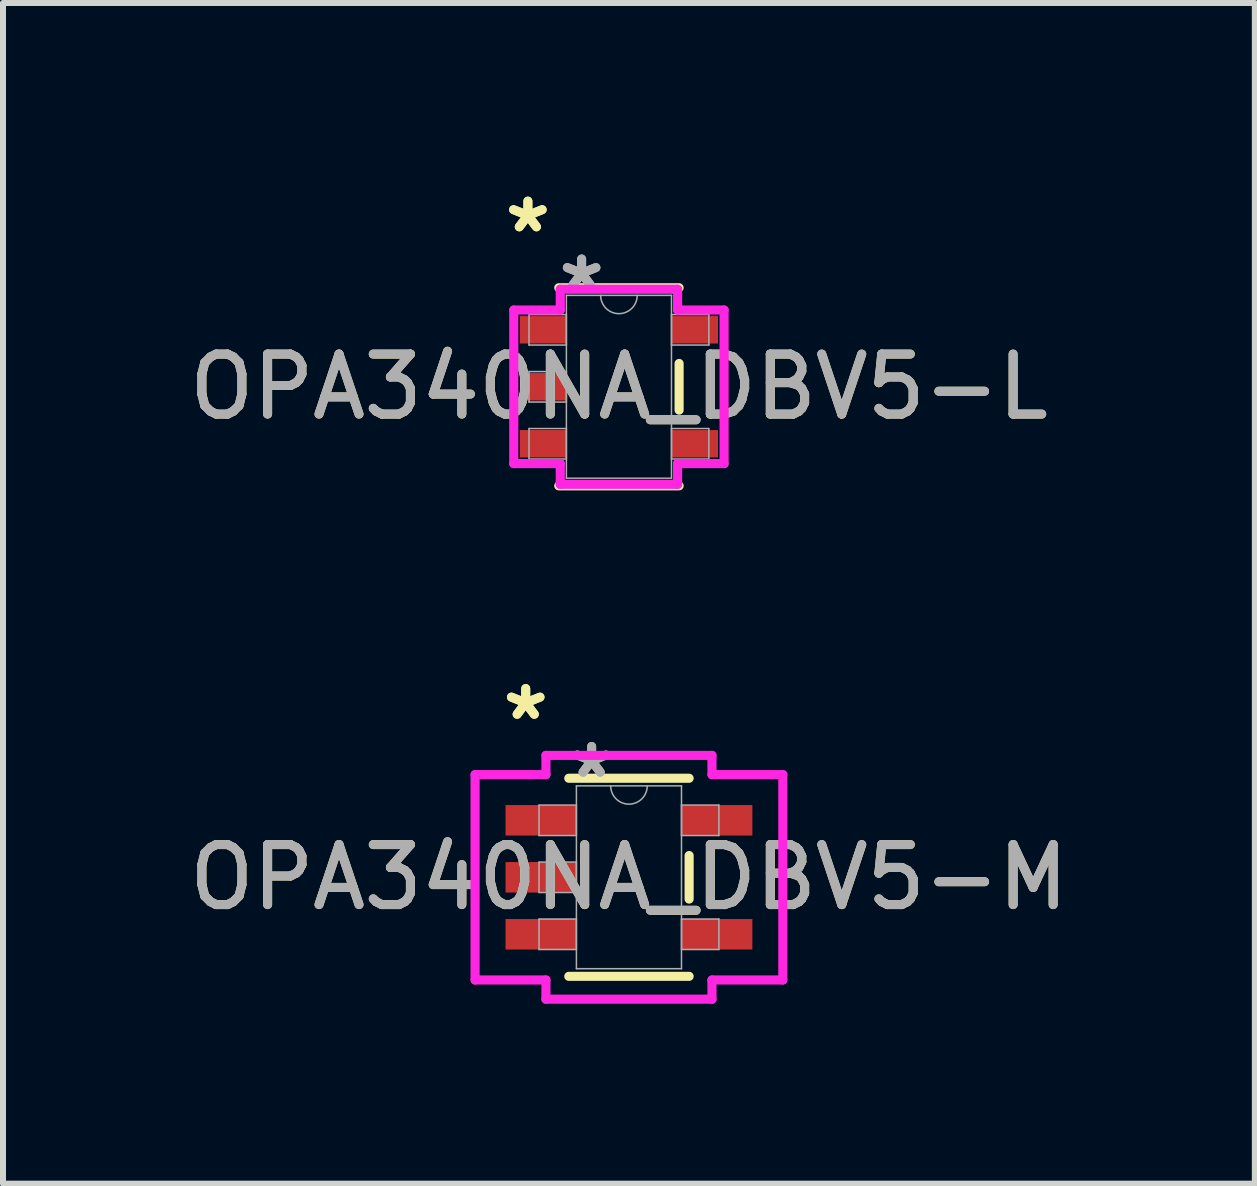
<source format=kicad_pcb>
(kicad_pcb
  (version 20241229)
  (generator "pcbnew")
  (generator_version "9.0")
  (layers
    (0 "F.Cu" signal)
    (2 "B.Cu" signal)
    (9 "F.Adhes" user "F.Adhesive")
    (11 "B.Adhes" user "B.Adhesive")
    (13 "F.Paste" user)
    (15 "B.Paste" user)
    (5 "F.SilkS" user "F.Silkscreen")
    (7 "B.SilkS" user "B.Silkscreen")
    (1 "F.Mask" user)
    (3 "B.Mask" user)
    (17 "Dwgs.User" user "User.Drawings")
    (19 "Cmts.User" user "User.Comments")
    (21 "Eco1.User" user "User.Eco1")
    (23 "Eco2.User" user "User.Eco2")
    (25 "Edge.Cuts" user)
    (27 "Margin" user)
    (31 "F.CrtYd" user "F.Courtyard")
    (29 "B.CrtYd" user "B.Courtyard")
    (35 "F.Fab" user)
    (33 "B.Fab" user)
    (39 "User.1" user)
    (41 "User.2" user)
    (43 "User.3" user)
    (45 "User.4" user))
  (footprint "OPA340NA_DBV5-M"
    (layer "F.Cu")
    (at 7.435 11.575)
    (property "Reference" "OPA340NA_DBV5-M" (at 0 0 0) (unlocked yes) (layer "F.SilkS") (effects (font (size 1 1) (thickness 0.15))))
    (attr smd)
    (fp_line (start -1.003 1.651) (end 1.003 1.651) (stroke (width 0.152) (type solid)) (layer "F.SilkS"))
    (fp_line (start 1.003 -1.651) (end -1.003 -1.651) (stroke (width 0.152) (type solid)) (layer "F.SilkS"))
    (fp_line (start 1.003 0.363) (end 1.003 -0.363) (stroke (width 0.152) (type solid)) (layer "F.SilkS"))
    (fp_line (start -2.565 -1.712) (end -1.384 -1.712) (stroke (width 0.152) (type solid)) (layer "F.CrtYd"))
    (fp_line (start -2.565 1.712) (end -2.565 -1.712) (stroke (width 0.152) (type solid)) (layer "F.CrtYd"))
    (fp_line (start -1.384 -2.032) (end 1.384 -2.032) (stroke (width 0.152) (type solid)) (layer "F.CrtYd"))
    (fp_line (start -1.384 -1.712) (end -1.384 -2.032) (stroke (width 0.152) (type solid)) (layer "F.CrtYd"))
    (fp_line (start -1.384 1.712) (end -2.565 1.712) (stroke (width 0.152) (type solid)) (layer "F.CrtYd"))
    (fp_line (start -1.384 2.032) (end -1.384 1.712) (stroke (width 0.152) (type solid)) (layer "F.CrtYd"))
    (fp_line (start 1.384 -2.032) (end 1.384 -1.712) (stroke (width 0.152) (type solid)) (layer "F.CrtYd"))
    (fp_line (start 1.384 -1.712) (end 2.565 -1.712) (stroke (width 0.152) (type solid)) (layer "F.CrtYd"))
    (fp_line (start 1.384 1.712) (end 1.384 2.032) (stroke (width 0.152) (type solid)) (layer "F.CrtYd"))
    (fp_line (start 1.384 2.032) (end -1.384 2.032) (stroke (width 0.152) (type solid)) (layer "F.CrtYd"))
    (fp_line (start 2.565 -1.712) (end 2.565 1.712) (stroke (width 0.152) (type solid)) (layer "F.CrtYd"))
    (fp_line (start 2.565 1.712) (end 1.384 1.712) (stroke (width 0.152) (type solid)) (layer "F.CrtYd"))
    (fp_line (start -1.499 -1.204) (end -1.499 -0.696) (stroke (width 0.025) (type solid)) (layer "F.Fab"))
    (fp_line (start -1.499 -0.696) (end -0.876 -0.696) (stroke (width 0.025) (type solid)) (layer "F.Fab"))
    (fp_line (start -1.499 -0.254) (end -1.499 0.254) (stroke (width 0.025) (type solid)) (layer "F.Fab"))
    (fp_line (start -1.499 0.254) (end -0.876 0.254) (stroke (width 0.025) (type solid)) (layer "F.Fab"))
    (fp_line (start -1.499 0.696) (end -1.499 1.204) (stroke (width 0.025) (type solid)) (layer "F.Fab"))
    (fp_line (start -1.499 1.204) (end -0.876 1.204) (stroke (width 0.025) (type solid)) (layer "F.Fab"))
    (fp_line (start -0.876 -1.524) (end -0.876 1.524) (stroke (width 0.025) (type solid)) (layer "F.Fab"))
    (fp_line (start -0.876 -1.204) (end -1.499 -1.204) (stroke (width 0.025) (type solid)) (layer "F.Fab"))
    (fp_line (start -0.876 -0.696) (end -0.876 -1.204) (stroke (width 0.025) (type solid)) (layer "F.Fab"))
    (fp_line (start -0.876 -0.254) (end -1.499 -0.254) (stroke (width 0.025) (type solid)) (layer "F.Fab"))
    (fp_line (start -0.876 0.254) (end -0.876 -0.254) (stroke (width 0.025) (type solid)) (layer "F.Fab"))
    (fp_line (start -0.876 0.696) (end -1.499 0.696) (stroke (width 0.025) (type solid)) (layer "F.Fab"))
    (fp_line (start -0.876 1.204) (end -0.876 0.696) (stroke (width 0.025) (type solid)) (layer "F.Fab"))
    (fp_line (start -0.876 1.524) (end 0.876 1.524) (stroke (width 0.025) (type solid)) (layer "F.Fab"))
    (fp_line (start 0.876 -1.524) (end -0.876 -1.524) (stroke (width 0.025) (type solid)) (layer "F.Fab"))
    (fp_line (start 0.876 -1.204) (end 0.876 -0.696) (stroke (width 0.025) (type solid)) (layer "F.Fab"))
    (fp_line (start 0.876 -0.696) (end 1.499 -0.696) (stroke (width 0.025) (type solid)) (layer "F.Fab"))
    (fp_line (start 0.876 0.696) (end 0.876 1.204) (stroke (width 0.025) (type solid)) (layer "F.Fab"))
    (fp_line (start 0.876 1.204) (end 1.499 1.204) (stroke (width 0.025) (type solid)) (layer "F.Fab"))
    (fp_line (start 0.876 1.524) (end 0.876 -1.524) (stroke (width 0.025) (type solid)) (layer "F.Fab"))
    (fp_line (start 1.499 -1.204) (end 0.876 -1.204) (stroke (width 0.025) (type solid)) (layer "F.Fab"))
    (fp_line (start 1.499 -0.696) (end 1.499 -1.204) (stroke (width 0.025) (type solid)) (layer "F.Fab"))
    (fp_line (start 1.499 0.696) (end 0.876 0.696) (stroke (width 0.025) (type solid)) (layer "F.Fab"))
    (fp_line (start 1.499 1.204) (end 1.499 0.696) (stroke (width 0.025) (type solid)) (layer "F.Fab"))
    (fp_arc (start 0.3048 -1.524) (mid 0 -1.2192) (end -0.3048 -1.524) (stroke (width 0.0254) (type solid)) (layer "F.Fab"))
    (fp_text user "*" (at -1.721 -2.601 0) (unlocked yes) (layer "F.SilkS") (effects (font (size 1 1) (thickness 0.15))))
    (fp_text user "*" (at -1.721 -2.601 0) (layer "F.SilkS") (effects (font (size 1 1) (thickness 0.15))))
    (fp_text user "*" (at -0.622 -1.636 0) (unlocked yes) (layer "F.Fab") (effects (font (size 1 1) (thickness 0.15))))
    (fp_text user "${REFERENCE}" (at 0 0 0) (unlocked yes) (layer "F.Fab") (effects (font (size 1 1) (thickness 0.15))))
    (fp_text user "*" (at -0.622 -1.636 0) (layer "F.Fab") (effects (font (size 1 1) (thickness 0.15))))
    (pad "1" smd rect (at -1.467 -0.95) (size 1.181 0.508) (layers "F.Cu" "F.Mask" "F.Paste"))
    (pad "2" smd rect (at -1.467 0) (size 1.181 0.508) (layers "F.Cu" "F.Mask" "F.Paste"))
    (pad "3" smd rect (at -1.467 0.95) (size 1.181 0.508) (layers "F.Cu" "F.Mask" "F.Paste"))
    (pad "4" smd rect (at 1.467 0.95) (size 1.181 0.508) (layers "F.Cu" "F.Mask" "F.Paste"))
    (pad "5" smd rect (at 1.467 -0.95) (size 1.181 0.508) (layers "F.Cu" "F.Mask" "F.Paste")))
  (footprint "OPA340NA_DBV5-L"
    (layer "F.Cu")
    (at 7.268 3.398)
    (property "Reference" "OPA340NA_DBV5-L" (at 0 0 0) (unlocked yes) (layer "F.SilkS") (effects (font (size 1 1) (thickness 0.15))))
    (attr smd)
    (fp_line (start -1.003 1.651) (end 1.003 1.651) (stroke (width 0.152) (type solid)) (layer "F.SilkS"))
    (fp_line (start 1.003 -1.651) (end -1.003 -1.651) (stroke (width 0.152) (type solid)) (layer "F.SilkS"))
    (fp_line (start 1.003 0.389) (end 1.003 -0.389) (stroke (width 0.152) (type solid)) (layer "F.SilkS"))
    (fp_line (start -1.753 -1.28) (end -0.978 -1.28) (stroke (width 0.152) (type solid)) (layer "F.CrtYd"))
    (fp_line (start -1.753 1.28) (end -1.753 -1.28) (stroke (width 0.152) (type solid)) (layer "F.CrtYd"))
    (fp_line (start -0.978 -1.626) (end 0.978 -1.626) (stroke (width 0.152) (type solid)) (layer "F.CrtYd"))
    (fp_line (start -0.978 -1.28) (end -0.978 -1.626) (stroke (width 0.152) (type solid)) (layer "F.CrtYd"))
    (fp_line (start -0.978 1.28) (end -1.753 1.28) (stroke (width 0.152) (type solid)) (layer "F.CrtYd"))
    (fp_line (start -0.978 1.626) (end -0.978 1.28) (stroke (width 0.152) (type solid)) (layer "F.CrtYd"))
    (fp_line (start 0.978 -1.626) (end 0.978 -1.28) (stroke (width 0.152) (type solid)) (layer "F.CrtYd"))
    (fp_line (start 0.978 -1.28) (end 1.753 -1.28) (stroke (width 0.152) (type solid)) (layer "F.CrtYd"))
    (fp_line (start 0.978 1.28) (end 0.978 1.626) (stroke (width 0.152) (type solid)) (layer "F.CrtYd"))
    (fp_line (start 0.978 1.626) (end -0.978 1.626) (stroke (width 0.152) (type solid)) (layer "F.CrtYd"))
    (fp_line (start 1.753 -1.28) (end 1.753 1.28) (stroke (width 0.152) (type solid)) (layer "F.CrtYd"))
    (fp_line (start 1.753 1.28) (end 0.978 1.28) (stroke (width 0.152) (type solid)) (layer "F.CrtYd"))
    (fp_line (start -1.499 -1.204) (end -1.499 -0.696) (stroke (width 0.025) (type solid)) (layer "F.Fab"))
    (fp_line (start -1.499 -0.696) (end -0.876 -0.696) (stroke (width 0.025) (type solid)) (layer "F.Fab"))
    (fp_line (start -1.499 -0.254) (end -1.499 0.254) (stroke (width 0.025) (type solid)) (layer "F.Fab"))
    (fp_line (start -1.499 0.254) (end -0.876 0.254) (stroke (width 0.025) (type solid)) (layer "F.Fab"))
    (fp_line (start -1.499 0.696) (end -1.499 1.204) (stroke (width 0.025) (type solid)) (layer "F.Fab"))
    (fp_line (start -1.499 1.204) (end -0.876 1.204) (stroke (width 0.025) (type solid)) (layer "F.Fab"))
    (fp_line (start -0.876 -1.524) (end -0.876 1.524) (stroke (width 0.025) (type solid)) (layer "F.Fab"))
    (fp_line (start -0.876 -1.204) (end -1.499 -1.204) (stroke (width 0.025) (type solid)) (layer "F.Fab"))
    (fp_line (start -0.876 -0.696) (end -0.876 -1.204) (stroke (width 0.025) (type solid)) (layer "F.Fab"))
    (fp_line (start -0.876 -0.254) (end -1.499 -0.254) (stroke (width 0.025) (type solid)) (layer "F.Fab"))
    (fp_line (start -0.876 0.254) (end -0.876 -0.254) (stroke (width 0.025) (type solid)) (layer "F.Fab"))
    (fp_line (start -0.876 0.696) (end -1.499 0.696) (stroke (width 0.025) (type solid)) (layer "F.Fab"))
    (fp_line (start -0.876 1.204) (end -0.876 0.696) (stroke (width 0.025) (type solid)) (layer "F.Fab"))
    (fp_line (start -0.876 1.524) (end 0.876 1.524) (stroke (width 0.025) (type solid)) (layer "F.Fab"))
    (fp_line (start 0.876 -1.524) (end -0.876 -1.524) (stroke (width 0.025) (type solid)) (layer "F.Fab"))
    (fp_line (start 0.876 -1.204) (end 0.876 -0.696) (stroke (width 0.025) (type solid)) (layer "F.Fab"))
    (fp_line (start 0.876 -0.696) (end 1.499 -0.696) (stroke (width 0.025) (type solid)) (layer "F.Fab"))
    (fp_line (start 0.876 0.696) (end 0.876 1.204) (stroke (width 0.025) (type solid)) (layer "F.Fab"))
    (fp_line (start 0.876 1.204) (end 1.499 1.204) (stroke (width 0.025) (type solid)) (layer "F.Fab"))
    (fp_line (start 0.876 1.524) (end 0.876 -1.524) (stroke (width 0.025) (type solid)) (layer "F.Fab"))
    (fp_line (start 1.499 -1.204) (end 0.876 -1.204) (stroke (width 0.025) (type solid)) (layer "F.Fab"))
    (fp_line (start 1.499 -0.696) (end 1.499 -1.204) (stroke (width 0.025) (type solid)) (layer "F.Fab"))
    (fp_line (start 1.499 0.696) (end 0.876 0.696) (stroke (width 0.025) (type solid)) (layer "F.Fab"))
    (fp_line (start 1.499 1.204) (end 1.499 0.696) (stroke (width 0.025) (type solid)) (layer "F.Fab"))
    (fp_arc (start 0.3048 -1.524) (mid 0 -1.2192) (end -0.3048 -1.524) (stroke (width 0.0254) (type solid)) (layer "F.Fab"))
    (fp_text user "*" (at -1.518 -2.55 0) (unlocked yes) (layer "F.SilkS") (effects (font (size 1 1) (thickness 0.15))))
    (fp_text user "*" (at -1.518 -2.55 0) (layer "F.SilkS") (effects (font (size 1 1) (thickness 0.15))))
    (fp_text user "*" (at -0.622 -1.585 0) (unlocked yes) (layer "F.Fab") (effects (font (size 1 1) (thickness 0.15))))
    (fp_text user "*" (at -0.622 -1.585 0) (layer "F.Fab") (effects (font (size 1 1) (thickness 0.15))))
    (fp_text user "${REFERENCE}" (at 0 0 0) (unlocked yes) (layer "F.Fab") (effects (font (size 1 1) (thickness 0.15))))
    (pad "1" smd rect (at -1.264 -0.95) (size 0.775 0.457) (layers "F.Cu" "F.Mask" "F.Paste"))
    (pad "2" smd rect (at -1.264 0) (size 0.775 0.457) (layers "F.Cu" "F.Mask" "F.Paste"))
    (pad "3" smd rect (at -1.264 0.95) (size 0.775 0.457) (layers "F.Cu" "F.Mask" "F.Paste"))
    (pad "4" smd rect (at 1.264 0.95) (size 0.775 0.457) (layers "F.Cu" "F.Mask" "F.Paste"))
    (pad "5" smd rect (at 1.264 -0.95) (size 0.775 0.457) (layers "F.Cu" "F.Mask" "F.Paste")))
  (gr_rect
    (start -3 -3)
    (end 17.869 16.683)
    (stroke (width 0.1) (type default))
    (fill no)
    (layer "Edge.Cuts")))
</source>
